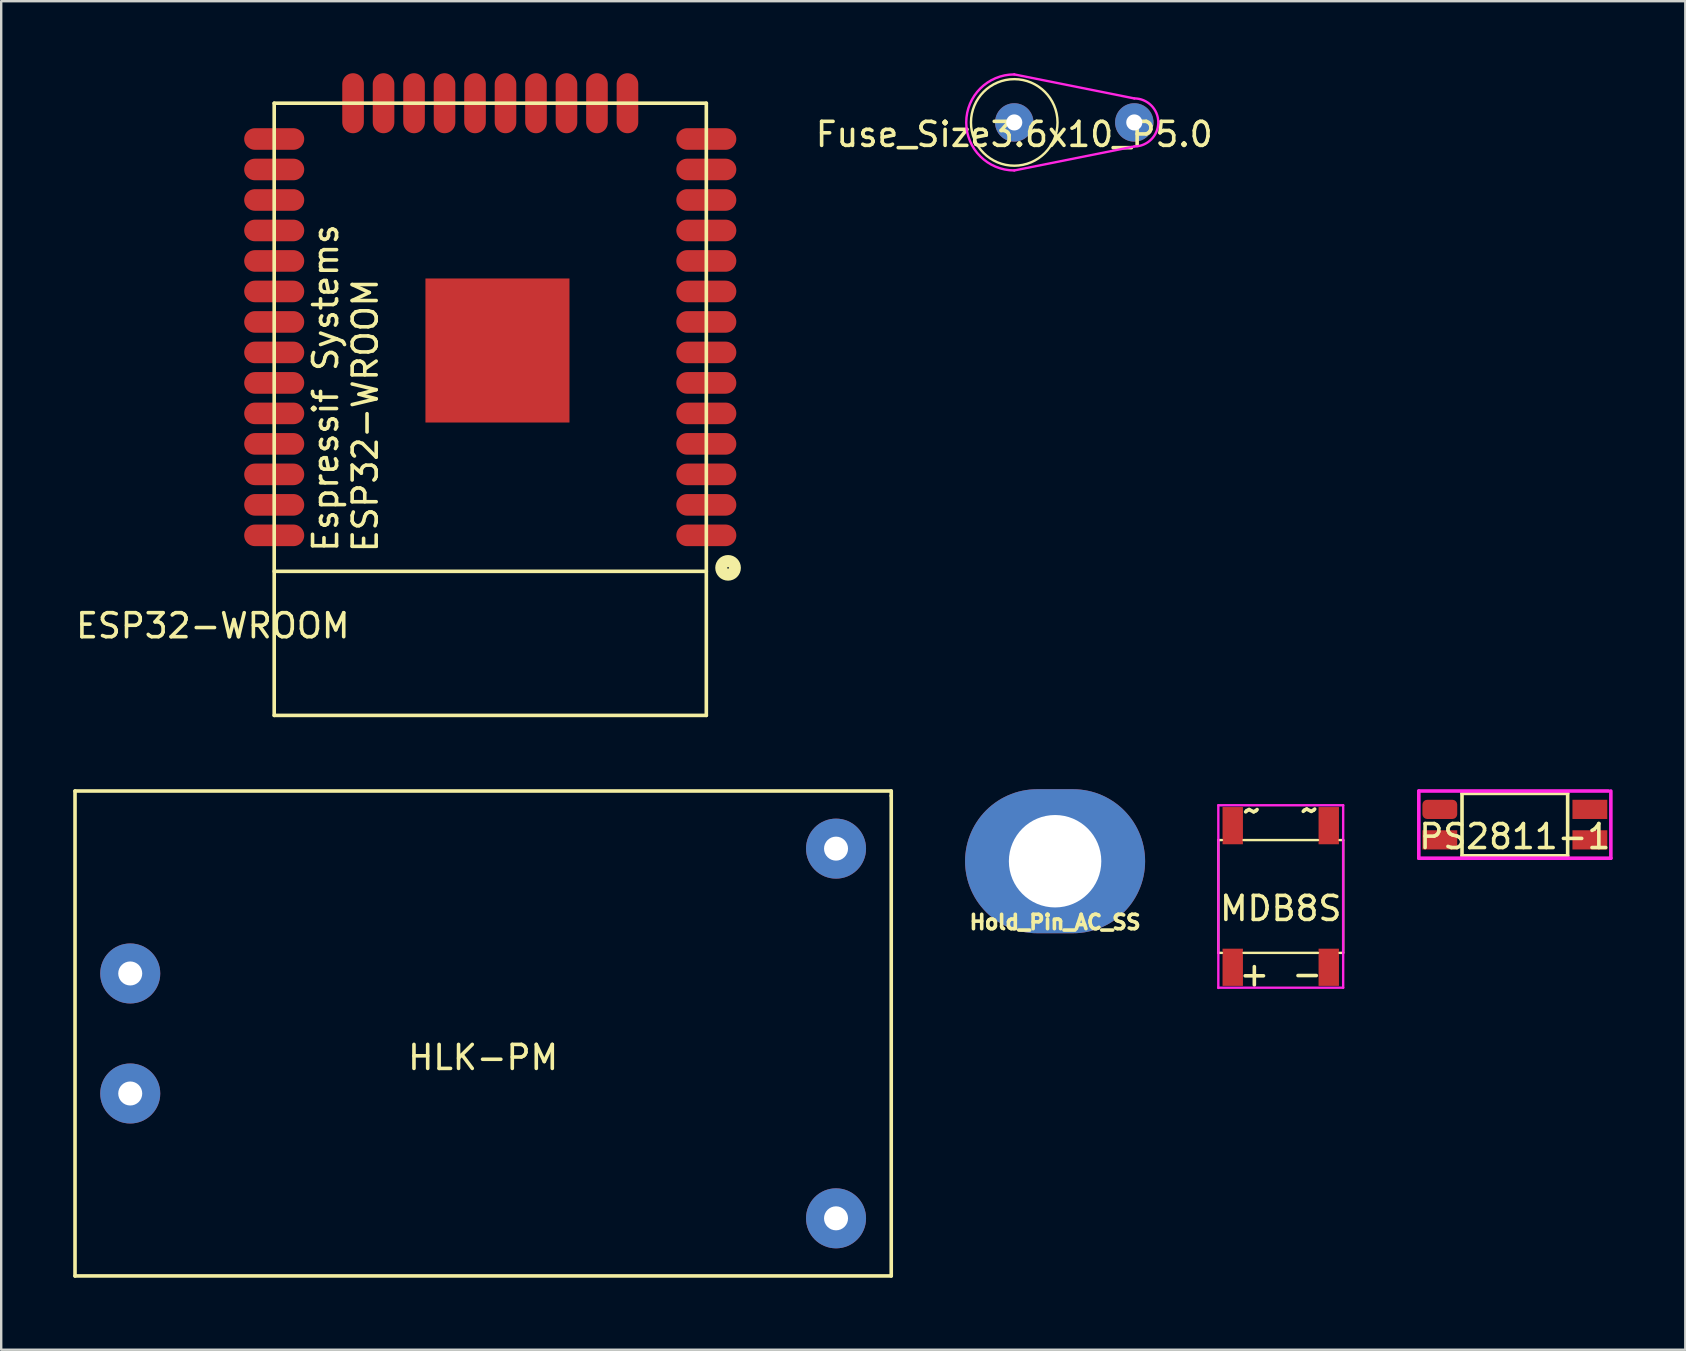
<source format=kicad_pcb>
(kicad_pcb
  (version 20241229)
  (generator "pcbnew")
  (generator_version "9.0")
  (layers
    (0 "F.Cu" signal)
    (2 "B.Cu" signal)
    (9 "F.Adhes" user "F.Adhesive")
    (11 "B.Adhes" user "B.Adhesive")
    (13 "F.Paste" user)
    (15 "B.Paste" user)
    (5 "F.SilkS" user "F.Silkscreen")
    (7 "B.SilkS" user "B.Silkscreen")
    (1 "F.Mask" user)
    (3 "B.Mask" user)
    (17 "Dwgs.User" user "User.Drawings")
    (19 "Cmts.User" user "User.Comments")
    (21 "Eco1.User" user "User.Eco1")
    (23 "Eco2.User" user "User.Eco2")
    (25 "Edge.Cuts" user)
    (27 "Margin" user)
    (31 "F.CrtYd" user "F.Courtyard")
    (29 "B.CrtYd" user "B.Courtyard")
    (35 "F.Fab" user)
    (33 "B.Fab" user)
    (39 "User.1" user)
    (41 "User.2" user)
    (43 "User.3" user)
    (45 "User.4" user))
  (footprint "MDB8S"
    (layer "F.Cu")
    (at 50.3 34.293)
    (property "Reference" "MDB8S" (at 0 0.5 0) (layer "F.SilkS") (effects (font (size 1 1) (thickness 0.15))))
    (attr through_hole)
    (fp_line (start -2.6 -2.35) (end -2.45 -2.35) (stroke (width 0.1) (type solid)) (layer "F.SilkS"))
    (fp_line (start -2.6 2.35) (end -2.6 -2.35) (stroke (width 0.1) (type solid)) (layer "F.SilkS"))
    (fp_line (start -2.45 2.35) (end -2.6 2.35) (stroke (width 0.1) (type solid)) (layer "F.SilkS"))
    (fp_line (start -1.55 -2.35) (end 1.55 -2.35) (stroke (width 0.1) (type solid)) (layer "F.SilkS"))
    (fp_line (start 1.55 2.35) (end -1.55 2.35) (stroke (width 0.1) (type solid)) (layer "F.SilkS"))
    (fp_line (start 2.45 -2.35) (end 2.6 -2.35) (stroke (width 0.1) (type solid)) (layer "F.SilkS"))
    (fp_line (start 2.6 -2.35) (end 2.6 2.35) (stroke (width 0.1) (type solid)) (layer "F.SilkS"))
    (fp_line (start 2.6 2.35) (end 2.45 2.35) (stroke (width 0.1) (type solid)) (layer "F.SilkS"))
    (fp_line (start -2.6 -3.8) (end 2.6 -3.8) (stroke (width 0.1) (type solid)) (layer "F.CrtYd"))
    (fp_line (start -2.6 3.81) (end -2.6 -3.8) (stroke (width 0.1) (type solid)) (layer "F.CrtYd"))
    (fp_line (start 2.6 -3.8) (end 2.6 3.8) (stroke (width 0.1) (type solid)) (layer "F.CrtYd"))
    (fp_line (start 2.6 3.8) (end -2.6 3.8) (stroke (width 0.1) (type solid)) (layer "F.CrtYd"))
    (fp_text user "~" (at -1.2 -3.6 0) (layer "F.SilkS") (effects (font (size 1 1) (thickness 0.15))))
    (fp_text user "~" (at 1.2 -3.62 0) (layer "F.SilkS") (effects (font (size 1 1) (thickness 0.15))))
    (fp_text user "-" (at 1.1 3.22 0) (layer "F.SilkS") (effects (font (size 1 1) (thickness 0.15))))
    (fp_text user "+" (at -1.1 3.23 0) (layer "F.SilkS") (effects (font (size 1 1) (thickness 0.15))))
    (pad "1" smd trapezoid (at -2 2.95) (size 0.85 1.55) (layers "F.Cu" "F.Mask" "F.Paste"))
    (pad "2" smd trapezoid (at 2 2.95) (size 0.85 1.55) (layers "F.Cu" "F.Mask" "F.Paste"))
    (pad "3" smd trapezoid (at 2 -2.95) (size 0.85 1.55) (layers "F.Cu" "F.Mask" "F.Paste"))
    (pad "4" smd trapezoid (at -2 -2.95) (size 0.85 1.55) (layers "F.Cu" "F.Mask" "F.Paste")))
  (footprint "PS2811-1"
    (layer "F.Cu")
    (at 60.051 31.3)
    (property "Reference" "PS2811-1" (at 0 0.5 0) (layer "F.SilkS") (effects (font (size 1 1) (thickness 0.15))))
    (attr through_hole)
    (fp_line (start -2.2 -1.3) (end -2.2 1.3) (stroke (width 0.15) (type solid)) (layer "F.SilkS"))
    (fp_line (start -2.2 1.3) (end 2.2 1.3) (stroke (width 0.15) (type solid)) (layer "F.SilkS"))
    (fp_line (start 2.2 -1.3) (end -2.2 -1.3) (stroke (width 0.15) (type solid)) (layer "F.SilkS"))
    (fp_line (start 2.2 1.3) (end 2.2 -1.3) (stroke (width 0.15) (type solid)) (layer "F.SilkS"))
    (fp_line (start -4 -1.4) (end 3.9 -1.4) (stroke (width 0.15) (type solid)) (layer "F.CrtYd"))
    (fp_line (start -4 1.4) (end -4 -1.4) (stroke (width 0.15) (type solid)) (layer "F.CrtYd"))
    (fp_line (start 4 -1.4) (end 4 1.4) (stroke (width 0.15) (type solid)) (layer "F.CrtYd"))
    (fp_line (start 4 1.4) (end -4 1.4) (stroke (width 0.15) (type solid)) (layer "F.CrtYd"))
    (pad "1" smd roundrect (at -3.125 -0.635 90) (size 0.8 1.45) (layers "F.Cu" "F.Mask" "F.Paste") (roundrect_rratio 0.25))
    (pad "2" smd trapezoid (at -3.125 0.635 90) (size 0.8 1.45) (layers "F.Cu" "F.Mask" "F.Paste"))
    (pad "3" smd trapezoid (at 3.125 0.635 90) (size 0.8 1.45) (layers "F.Cu" "F.Mask" "F.Paste"))
    (pad "4" smd trapezoid (at 3.125 -0.635 90) (size 0.8 1.45) (layers "F.Cu" "F.Mask" "F.Paste")))
  (footprint "Fuse_Size3.6x10_P5.0"
    (layer "F.Cu")
    (at 39.199 2.05)
    (property "Reference" "Fuse_Size3.6x10_P5.0" (at 0 0.5 0) (layer "F.SilkS") (effects (font (size 1 1) (thickness 0.15))))
    (attr through_hole)
    (fp_circle (center 0 0) (end 1.8 0.1) (stroke (width 0.1) (type solid)) (fill no) (layer "F.SilkS"))
    (fp_line (start 0 -2) (end 5 -1) (stroke (width 0.1) (type solid)) (layer "F.CrtYd"))
    (fp_line (start 0 2) (end 5 1) (stroke (width 0.1) (type solid)) (layer "F.CrtYd"))
    (fp_arc (start 0 2) (mid -2 0) (end 0 -2) (stroke (width 0.1) (type solid)) (layer "F.CrtYd"))
    (fp_arc (start 5 -1) (mid 6 0) (end 5 1) (stroke (width 0.1) (type solid)) (layer "F.CrtYd"))
    (pad "1" thru_hole circle (at 0 0) (size 1.6 1.6) (drill 0.67) (layers "*.Cu" "*.Mask"))
    (pad "2" thru_hole circle (at 5 0) (size 1.6 1.6) (drill 0.67) (layers "*.Cu" "*.Mask")))
  (footprint "HLK-PM"
    (layer "F.Cu")
    (at 17.075 40)
    (property "Reference" "HLK-PM" (at 0 1 0) (layer "F.SilkS") (effects (font (size 1 1) (thickness 0.15))))
    (attr through_hole)
    (fp_line (start -17 -10.1) (end -17 10.1) (stroke (width 0.15) (type solid)) (layer "F.SilkS"))
    (fp_line (start -17 10.1) (end 17 10.1) (stroke (width 0.15) (type solid)) (layer "F.SilkS"))
    (fp_line (start 17 -10.1) (end -17 -10.1) (stroke (width 0.15) (type solid)) (layer "F.SilkS"))
    (fp_line (start 17 -9.9) (end 17 -10.1) (stroke (width 0.15) (type solid)) (layer "F.SilkS"))
    (fp_line (start 17 10.1) (end 17 -9.9) (stroke (width 0.15) (type solid)) (layer "F.SilkS"))
    (pad "1" thru_hole circle (at -14.7 -2.5) (size 2.5 2.5) (drill 1) (layers "*.Cu" "*.Mask"))
    (pad "2" thru_hole circle (at -14.7 2.5) (size 2.5 2.5) (drill 1) (layers "*.Cu" "*.Mask"))
    (pad "3" thru_hole circle (at 14.7 -7.7) (size 2.5 2.5) (drill 1) (layers "*.Cu" "*.Mask"))
    (pad "4" thru_hole circle (at 14.7 7.7) (size 2.5 2.5) (drill 1) (layers "*.Cu" "*.Mask")))
  (footprint "ESP32-WROOM"
    (layer "F.Cu")
    (at 17.372 14)
    (property "Reference" "ESP32-WROOM" (at -11.557 9.017 0) (layer "F.SilkS") (effects (font (size 1 1) (thickness 0.15))))
    (attr through_hole)
    (fp_line (start -9 -12.75) (end 9 -12.75) (stroke (width 0.15) (type solid)) (layer "F.SilkS"))
    (fp_line (start -9 6.75) (end 9 6.75) (stroke (width 0.15) (type solid)) (layer "F.SilkS"))
    (fp_line (start -9 12.75) (end -9 -12.75) (stroke (width 0.15) (type solid)) (layer "F.SilkS"))
    (fp_line (start -9 12.75) (end 9 12.75) (stroke (width 0.15) (type solid)) (layer "F.SilkS"))
    (fp_line (start 9 12.75) (end 9 -12.75) (stroke (width 0.15) (type solid)) (layer "F.SilkS"))
    (fp_circle (center 9.906 6.604) (end 10.033 6.858) (stroke (width 0.5) (type solid)) (fill no) (layer "F.SilkS"))
    (fp_text user "ESP32-WROOM" (at -5.207 0.254 90) (layer "F.SilkS") (effects (font (size 1 1) (thickness 0.15))))
    (fp_text user "Espressif Systems" (at -6.858 -0.889 90) (layer "F.SilkS") (effects (font (size 1 1) (thickness 0.15))))
    (pad "1" smd oval (at 9 5.25) (size 2.5 0.9) (layers "F.Cu" "F.Mask" "F.Paste"))
    (pad "2" smd oval (at 9 3.98) (size 2.5 0.9) (layers "F.Cu" "F.Mask" "F.Paste"))
    (pad "3" smd oval (at 9 2.71) (size 2.5 0.9) (layers "F.Cu" "F.Mask" "F.Paste"))
    (pad "4" smd oval (at 9 1.44) (size 2.5 0.9) (layers "F.Cu" "F.Mask" "F.Paste"))
    (pad "5" smd oval (at 9 0.17) (size 2.5 0.9) (layers "F.Cu" "F.Mask" "F.Paste"))
    (pad "6" smd oval (at 9 -1.1) (size 2.5 0.9) (layers "F.Cu" "F.Mask" "F.Paste"))
    (pad "7" smd oval (at 9 -2.37) (size 2.5 0.9) (layers "F.Cu" "F.Mask" "F.Paste"))
    (pad "8" smd oval (at 9 -3.64) (size 2.5 0.9) (layers "F.Cu" "F.Mask" "F.Paste"))
    (pad "9" smd oval (at 9 -4.91) (size 2.5 0.9) (layers "F.Cu" "F.Mask" "F.Paste"))
    (pad "10" smd oval (at 9 -6.18) (size 2.5 0.9) (layers "F.Cu" "F.Mask" "F.Paste"))
    (pad "11" smd oval (at 9 -7.45) (size 2.5 0.9) (layers "F.Cu" "F.Mask" "F.Paste"))
    (pad "12" smd oval (at 9 -8.72) (size 2.5 0.9) (layers "F.Cu" "F.Mask" "F.Paste"))
    (pad "13" smd oval (at 9 -9.99) (size 2.5 0.9) (layers "F.Cu" "F.Mask" "F.Paste"))
    (pad "14" smd oval (at 9 -11.26) (size 2.5 0.9) (layers "F.Cu" "F.Mask" "F.Paste"))
    (pad "15" smd oval (at 5.715 -12.75) (size 0.9 2.5) (layers "F.Cu" "F.Mask" "F.Paste"))
    (pad "16" smd oval (at 4.445 -12.75) (size 0.9 2.5) (layers "F.Cu" "F.Mask" "F.Paste"))
    (pad "17" smd oval (at 3.175 -12.75) (size 0.9 2.5) (layers "F.Cu" "F.Mask" "F.Paste"))
    (pad "18" smd oval (at 1.905 -12.75) (size 0.9 2.5) (layers "F.Cu" "F.Mask" "F.Paste"))
    (pad "19" smd oval (at 0.635 -12.75) (size 0.9 2.5) (layers "F.Cu" "F.Mask" "F.Paste"))
    (pad "20" smd oval (at -0.635 -12.75) (size 0.9 2.5) (layers "F.Cu" "F.Mask" "F.Paste"))
    (pad "21" smd oval (at -1.905 -12.75) (size 0.9 2.5) (layers "F.Cu" "F.Mask" "F.Paste"))
    (pad "22" smd oval (at -3.175 -12.75) (size 0.9 2.5) (layers "F.Cu" "F.Mask" "F.Paste"))
    (pad "23" smd oval (at -4.445 -12.75) (size 0.9 2.5) (layers "F.Cu" "F.Mask" "F.Paste"))
    (pad "24" smd oval (at -5.715 -12.75) (size 0.9 2.5) (layers "F.Cu" "F.Mask" "F.Paste"))
    (pad "25" smd oval (at -9 -11.26) (size 2.5 0.9) (layers "F.Cu" "F.Mask" "F.Paste"))
    (pad "26" smd oval (at -9 -9.99) (size 2.5 0.9) (layers "F.Cu" "F.Mask" "F.Paste"))
    (pad "27" smd oval (at -9 -8.72) (size 2.5 0.9) (layers "F.Cu" "F.Mask" "F.Paste"))
    (pad "28" smd oval (at -9 -7.45) (size 2.5 0.9) (layers "F.Cu" "F.Mask" "F.Paste"))
    (pad "29" smd oval (at -9 -6.18) (size 2.5 0.9) (layers "F.Cu" "F.Mask" "F.Paste"))
    (pad "30" smd oval (at -9 -4.91) (size 2.5 0.9) (layers "F.Cu" "F.Mask" "F.Paste"))
    (pad "31" smd oval (at -9 -3.64) (size 2.5 0.9) (layers "F.Cu" "F.Mask" "F.Paste"))
    (pad "32" smd oval (at -9 -2.37) (size 2.5 0.9) (layers "F.Cu" "F.Mask" "F.Paste"))
    (pad "33" smd oval (at -9 -1.1) (size 2.5 0.9) (layers "F.Cu" "F.Mask" "F.Paste"))
    (pad "34" smd oval (at -9 0.17) (size 2.5 0.9) (layers "F.Cu" "F.Mask" "F.Paste"))
    (pad "35" smd oval (at -9 1.44) (size 2.5 0.9) (layers "F.Cu" "F.Mask" "F.Paste"))
    (pad "36" smd oval (at -9 2.71) (size 2.5 0.9) (layers "F.Cu" "F.Mask" "F.Paste"))
    (pad "37" smd oval (at -9 3.98) (size 2.5 0.9) (layers "F.Cu" "F.Mask" "F.Paste"))
    (pad "38" smd oval (at -9 5.25) (size 2.5 0.9) (layers "F.Cu" "F.Mask" "F.Paste"))
    (pad "39" smd rect (at 0.3 -2.45) (size 6 6) (layers "F.Cu" "F.Mask" "F.Paste")))
  (footprint "Hold_Pin_AC_SS"
    (layer "F.Cu")
    (at 40.9 32.825)
    (property "Reference" "Hold_Pin_AC_SS" (at 0 2.54 0) (layer "F.SilkS") (effects (font (size 0.6 0.6) (thickness 0.15))))
    (attr through_hole)
    (pad "1" thru_hole oval (at 0 0) (size 7.5 6) (drill 3.85) (layers "*.Cu" "*.Mask")))
  (gr_rect
    (start -3 -3)
    (end 67.152 53.175)
    (stroke (width 0.1) (type default))
    (fill no)
    (layer "Edge.Cuts")))
</source>
